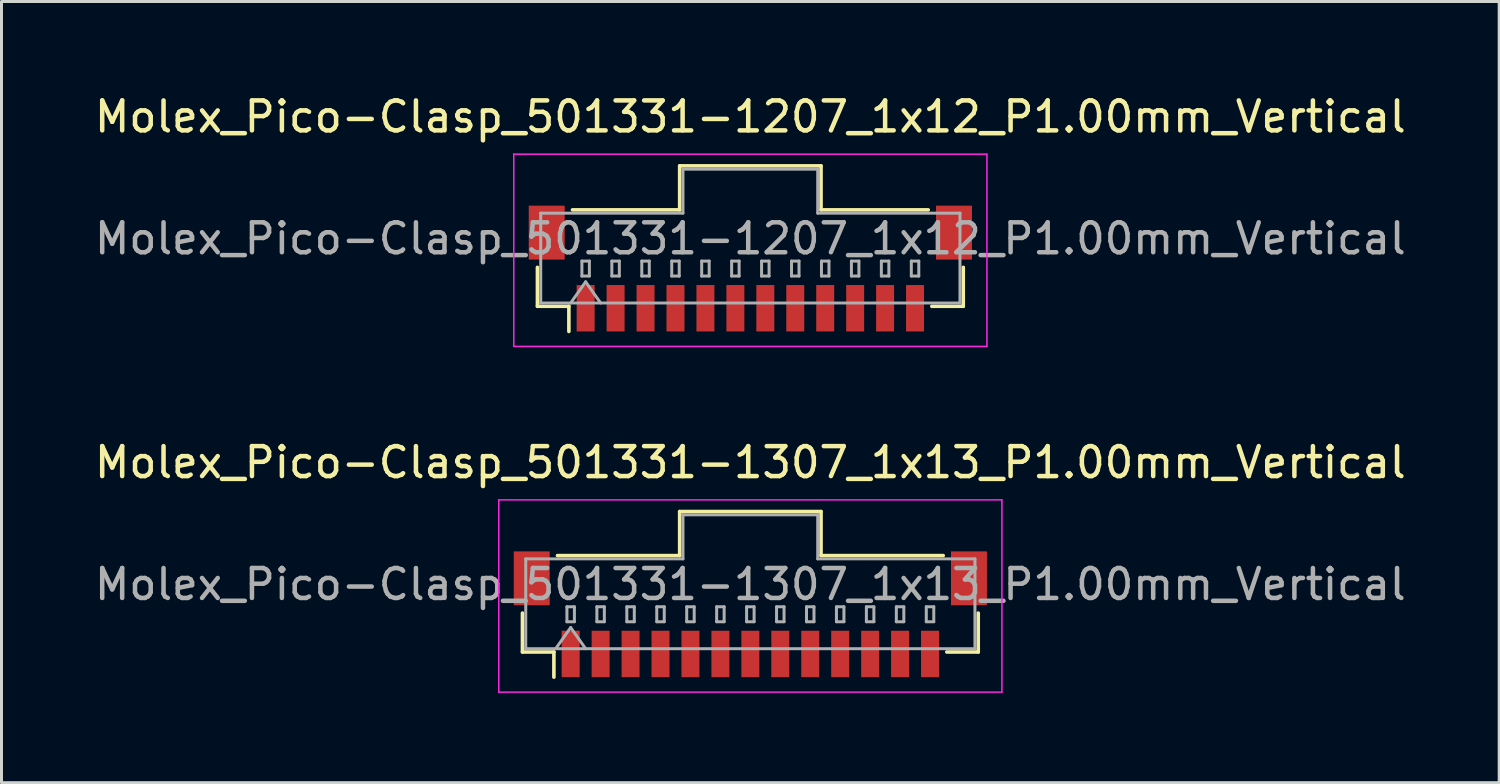
<source format=kicad_pcb>
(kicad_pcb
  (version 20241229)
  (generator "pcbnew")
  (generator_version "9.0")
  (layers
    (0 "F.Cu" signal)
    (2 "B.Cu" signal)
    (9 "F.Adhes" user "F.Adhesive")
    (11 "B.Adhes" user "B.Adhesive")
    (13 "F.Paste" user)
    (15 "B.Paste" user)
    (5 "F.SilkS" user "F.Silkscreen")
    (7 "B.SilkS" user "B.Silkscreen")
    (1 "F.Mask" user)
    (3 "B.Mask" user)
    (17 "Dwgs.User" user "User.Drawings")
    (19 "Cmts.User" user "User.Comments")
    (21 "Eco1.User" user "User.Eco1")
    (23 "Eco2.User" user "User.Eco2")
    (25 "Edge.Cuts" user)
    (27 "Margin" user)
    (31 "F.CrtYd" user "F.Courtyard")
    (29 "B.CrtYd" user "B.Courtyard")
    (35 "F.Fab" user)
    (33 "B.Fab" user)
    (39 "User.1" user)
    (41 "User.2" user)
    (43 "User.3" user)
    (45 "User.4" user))
  (footprint "Molex_Pico-Clasp_501331-1207_1x12_P1.00mm_Vertical"
    (layer "F.Cu")
    (at 22.006 5.918)
    (property "Reference" "Molex_Pico-Clasp_501331-1207_1x12_P1.00mm_Vertical" (at 0 -5.07 0) (layer "F.SilkS") (effects (font (size 1 1) (thickness 0.15))))
    (attr smd)
    (fp_line (start -7.11 -0.04) (end -7.11 1.26) (stroke (width 0.12) (type solid)) (layer "F.SilkS"))
    (fp_line (start -7.11 1.26) (end -6.06 1.26) (stroke (width 0.12) (type solid)) (layer "F.SilkS"))
    (fp_line (start -6.06 1.26) (end -6.06 2.1) (stroke (width 0.12) (type solid)) (layer "F.SilkS"))
    (fp_line (start -5.94 -1.96) (end -2.36 -1.96) (stroke (width 0.12) (type solid)) (layer "F.SilkS"))
    (fp_line (start -2.36 -3.43) (end 2.36 -3.43) (stroke (width 0.12) (type solid)) (layer "F.SilkS"))
    (fp_line (start -2.36 -1.96) (end -2.36 -3.43) (stroke (width 0.12) (type solid)) (layer "F.SilkS"))
    (fp_line (start 2.36 -3.43) (end 2.36 -1.96) (stroke (width 0.12) (type solid)) (layer "F.SilkS"))
    (fp_line (start 2.36 -1.96) (end 5.94 -1.96) (stroke (width 0.12) (type solid)) (layer "F.SilkS"))
    (fp_line (start 7.11 -0.04) (end 7.11 1.26) (stroke (width 0.12) (type solid)) (layer "F.SilkS"))
    (fp_line (start 7.11 1.26) (end 6.06 1.26) (stroke (width 0.12) (type solid)) (layer "F.SilkS"))
    (fp_line (start -7.9 -3.82) (end -7.9 2.6) (stroke (width 0.05) (type solid)) (layer "F.CrtYd"))
    (fp_line (start -7.9 2.6) (end 7.9 2.6) (stroke (width 0.05) (type solid)) (layer "F.CrtYd"))
    (fp_line (start 7.9 -3.82) (end -7.9 -3.82) (stroke (width 0.05) (type solid)) (layer "F.CrtYd"))
    (fp_line (start 7.9 2.6) (end 7.9 -3.82) (stroke (width 0.05) (type solid)) (layer "F.CrtYd"))
    (fp_line (start -7 -1.85) (end -2.25 -1.85) (stroke (width 0.1) (type solid)) (layer "F.Fab"))
    (fp_line (start -7 1.15) (end -7 -1.85) (stroke (width 0.1) (type solid)) (layer "F.Fab"))
    (fp_line (start -7 1.15) (end 7 1.15) (stroke (width 0.1) (type solid)) (layer "F.Fab"))
    (fp_line (start -6 1.15) (end -5.5 0.443) (stroke (width 0.1) (type solid)) (layer "F.Fab"))
    (fp_line (start -5.625 -0.25) (end -5.625 0.25) (stroke (width 0.1) (type solid)) (layer "F.Fab"))
    (fp_line (start -5.625 0.25) (end -5.375 0.25) (stroke (width 0.1) (type solid)) (layer "F.Fab"))
    (fp_line (start -5.5 0.443) (end -5 1.15) (stroke (width 0.1) (type solid)) (layer "F.Fab"))
    (fp_line (start -5.375 -0.25) (end -5.625 -0.25) (stroke (width 0.1) (type solid)) (layer "F.Fab"))
    (fp_line (start -5.375 0.25) (end -5.375 -0.25) (stroke (width 0.1) (type solid)) (layer "F.Fab"))
    (fp_line (start -4.625 -0.25) (end -4.625 0.25) (stroke (width 0.1) (type solid)) (layer "F.Fab"))
    (fp_line (start -4.625 0.25) (end -4.375 0.25) (stroke (width 0.1) (type solid)) (layer "F.Fab"))
    (fp_line (start -4.375 -0.25) (end -4.625 -0.25) (stroke (width 0.1) (type solid)) (layer "F.Fab"))
    (fp_line (start -4.375 0.25) (end -4.375 -0.25) (stroke (width 0.1) (type solid)) (layer "F.Fab"))
    (fp_line (start -3.625 -0.25) (end -3.625 0.25) (stroke (width 0.1) (type solid)) (layer "F.Fab"))
    (fp_line (start -3.625 0.25) (end -3.375 0.25) (stroke (width 0.1) (type solid)) (layer "F.Fab"))
    (fp_line (start -3.375 -0.25) (end -3.625 -0.25) (stroke (width 0.1) (type solid)) (layer "F.Fab"))
    (fp_line (start -3.375 0.25) (end -3.375 -0.25) (stroke (width 0.1) (type solid)) (layer "F.Fab"))
    (fp_line (start -2.625 -0.25) (end -2.625 0.25) (stroke (width 0.1) (type solid)) (layer "F.Fab"))
    (fp_line (start -2.625 0.25) (end -2.375 0.25) (stroke (width 0.1) (type solid)) (layer "F.Fab"))
    (fp_line (start -2.375 -0.25) (end -2.625 -0.25) (stroke (width 0.1) (type solid)) (layer "F.Fab"))
    (fp_line (start -2.375 0.25) (end -2.375 -0.25) (stroke (width 0.1) (type solid)) (layer "F.Fab"))
    (fp_line (start -2.25 -3.32) (end 2.25 -3.32) (stroke (width 0.1) (type solid)) (layer "F.Fab"))
    (fp_line (start -2.25 -1.85) (end -2.25 -3.32) (stroke (width 0.1) (type solid)) (layer "F.Fab"))
    (fp_line (start -1.625 -0.25) (end -1.625 0.25) (stroke (width 0.1) (type solid)) (layer "F.Fab"))
    (fp_line (start -1.625 0.25) (end -1.375 0.25) (stroke (width 0.1) (type solid)) (layer "F.Fab"))
    (fp_line (start -1.375 -0.25) (end -1.625 -0.25) (stroke (width 0.1) (type solid)) (layer "F.Fab"))
    (fp_line (start -1.375 0.25) (end -1.375 -0.25) (stroke (width 0.1) (type solid)) (layer "F.Fab"))
    (fp_line (start -0.625 -0.25) (end -0.625 0.25) (stroke (width 0.1) (type solid)) (layer "F.Fab"))
    (fp_line (start -0.625 0.25) (end -0.375 0.25) (stroke (width 0.1) (type solid)) (layer "F.Fab"))
    (fp_line (start -0.375 -0.25) (end -0.625 -0.25) (stroke (width 0.1) (type solid)) (layer "F.Fab"))
    (fp_line (start -0.375 0.25) (end -0.375 -0.25) (stroke (width 0.1) (type solid)) (layer "F.Fab"))
    (fp_line (start 0.375 -0.25) (end 0.375 0.25) (stroke (width 0.1) (type solid)) (layer "F.Fab"))
    (fp_line (start 0.375 0.25) (end 0.625 0.25) (stroke (width 0.1) (type solid)) (layer "F.Fab"))
    (fp_line (start 0.625 -0.25) (end 0.375 -0.25) (stroke (width 0.1) (type solid)) (layer "F.Fab"))
    (fp_line (start 0.625 0.25) (end 0.625 -0.25) (stroke (width 0.1) (type solid)) (layer "F.Fab"))
    (fp_line (start 1.375 -0.25) (end 1.375 0.25) (stroke (width 0.1) (type solid)) (layer "F.Fab"))
    (fp_line (start 1.375 0.25) (end 1.625 0.25) (stroke (width 0.1) (type solid)) (layer "F.Fab"))
    (fp_line (start 1.625 -0.25) (end 1.375 -0.25) (stroke (width 0.1) (type solid)) (layer "F.Fab"))
    (fp_line (start 1.625 0.25) (end 1.625 -0.25) (stroke (width 0.1) (type solid)) (layer "F.Fab"))
    (fp_line (start 2.25 -3.32) (end 2.25 -1.85) (stroke (width 0.1) (type solid)) (layer "F.Fab"))
    (fp_line (start 2.25 -1.85) (end 7 -1.85) (stroke (width 0.1) (type solid)) (layer "F.Fab"))
    (fp_line (start 2.375 -0.25) (end 2.375 0.25) (stroke (width 0.1) (type solid)) (layer "F.Fab"))
    (fp_line (start 2.375 0.25) (end 2.625 0.25) (stroke (width 0.1) (type solid)) (layer "F.Fab"))
    (fp_line (start 2.625 -0.25) (end 2.375 -0.25) (stroke (width 0.1) (type solid)) (layer "F.Fab"))
    (fp_line (start 2.625 0.25) (end 2.625 -0.25) (stroke (width 0.1) (type solid)) (layer "F.Fab"))
    (fp_line (start 3.375 -0.25) (end 3.375 0.25) (stroke (width 0.1) (type solid)) (layer "F.Fab"))
    (fp_line (start 3.375 0.25) (end 3.625 0.25) (stroke (width 0.1) (type solid)) (layer "F.Fab"))
    (fp_line (start 3.625 -0.25) (end 3.375 -0.25) (stroke (width 0.1) (type solid)) (layer "F.Fab"))
    (fp_line (start 3.625 0.25) (end 3.625 -0.25) (stroke (width 0.1) (type solid)) (layer "F.Fab"))
    (fp_line (start 4.375 -0.25) (end 4.375 0.25) (stroke (width 0.1) (type solid)) (layer "F.Fab"))
    (fp_line (start 4.375 0.25) (end 4.625 0.25) (stroke (width 0.1) (type solid)) (layer "F.Fab"))
    (fp_line (start 4.625 -0.25) (end 4.375 -0.25) (stroke (width 0.1) (type solid)) (layer "F.Fab"))
    (fp_line (start 4.625 0.25) (end 4.625 -0.25) (stroke (width 0.1) (type solid)) (layer "F.Fab"))
    (fp_line (start 5.375 -0.25) (end 5.375 0.25) (stroke (width 0.1) (type solid)) (layer "F.Fab"))
    (fp_line (start 5.375 0.25) (end 5.625 0.25) (stroke (width 0.1) (type solid)) (layer "F.Fab"))
    (fp_line (start 5.625 -0.25) (end 5.375 -0.25) (stroke (width 0.1) (type solid)) (layer "F.Fab"))
    (fp_line (start 5.625 0.25) (end 5.625 -0.25) (stroke (width 0.1) (type solid)) (layer "F.Fab"))
    (fp_line (start 7 1.15) (end 7 -1.85) (stroke (width 0.1) (type solid)) (layer "F.Fab"))
    (fp_text user "${REFERENCE}" (at 0 -1 0) (layer "F.Fab") (effects (font (size 1 1) (thickness 0.15))))
    (pad "" smd rect (at -6.8 -1.2) (size 1.2 1.8) (layers "F.Cu" "F.Mask" "F.Paste"))
    (pad "" smd rect (at 6.8 -1.2) (size 1.2 1.8) (layers "F.Cu" "F.Mask" "F.Paste"))
    (pad "1" smd rect (at -5.5 1.325) (size 0.6 1.55) (layers "F.Cu" "F.Mask" "F.Paste"))
    (pad "2" smd rect (at -4.5 1.325) (size 0.6 1.55) (layers "F.Cu" "F.Mask" "F.Paste"))
    (pad "3" smd rect (at -3.5 1.325) (size 0.6 1.55) (layers "F.Cu" "F.Mask" "F.Paste"))
    (pad "4" smd rect (at -2.5 1.325) (size 0.6 1.55) (layers "F.Cu" "F.Mask" "F.Paste"))
    (pad "5" smd rect (at -1.5 1.325) (size 0.6 1.55) (layers "F.Cu" "F.Mask" "F.Paste"))
    (pad "6" smd rect (at -0.5 1.325) (size 0.6 1.55) (layers "F.Cu" "F.Mask" "F.Paste"))
    (pad "7" smd rect (at 0.5 1.325) (size 0.6 1.55) (layers "F.Cu" "F.Mask" "F.Paste"))
    (pad "8" smd rect (at 1.5 1.325) (size 0.6 1.55) (layers "F.Cu" "F.Mask" "F.Paste"))
    (pad "9" smd rect (at 2.5 1.325) (size 0.6 1.55) (layers "F.Cu" "F.Mask" "F.Paste"))
    (pad "10" smd rect (at 3.5 1.325) (size 0.6 1.55) (layers "F.Cu" "F.Mask" "F.Paste"))
    (pad "11" smd rect (at 4.5 1.325) (size 0.6 1.55) (layers "F.Cu" "F.Mask" "F.Paste"))
    (pad "12" smd rect (at 5.5 1.325) (size 0.6 1.55) (layers "F.Cu" "F.Mask" "F.Paste")))
  (footprint "Molex_Pico-Clasp_501331-1307_1x13_P1.00mm_Vertical"
    (layer "F.Cu")
    (at 22.006 17.462)
    (property "Reference" "Molex_Pico-Clasp_501331-1307_1x13_P1.00mm_Vertical" (at 0 -5.07 0) (layer "F.SilkS") (effects (font (size 1 1) (thickness 0.15))))
    (attr smd)
    (fp_line (start -7.61 -0.04) (end -7.61 1.26) (stroke (width 0.12) (type solid)) (layer "F.SilkS"))
    (fp_line (start -7.61 1.26) (end -6.56 1.26) (stroke (width 0.12) (type solid)) (layer "F.SilkS"))
    (fp_line (start -6.56 1.26) (end -6.56 2.1) (stroke (width 0.12) (type solid)) (layer "F.SilkS"))
    (fp_line (start -6.44 -1.96) (end -2.36 -1.96) (stroke (width 0.12) (type solid)) (layer "F.SilkS"))
    (fp_line (start -2.36 -3.43) (end 2.36 -3.43) (stroke (width 0.12) (type solid)) (layer "F.SilkS"))
    (fp_line (start -2.36 -1.96) (end -2.36 -3.43) (stroke (width 0.12) (type solid)) (layer "F.SilkS"))
    (fp_line (start 2.36 -3.43) (end 2.36 -1.96) (stroke (width 0.12) (type solid)) (layer "F.SilkS"))
    (fp_line (start 2.36 -1.96) (end 6.44 -1.96) (stroke (width 0.12) (type solid)) (layer "F.SilkS"))
    (fp_line (start 7.61 -0.04) (end 7.61 1.26) (stroke (width 0.12) (type solid)) (layer "F.SilkS"))
    (fp_line (start 7.61 1.26) (end 6.56 1.26) (stroke (width 0.12) (type solid)) (layer "F.SilkS"))
    (fp_line (start -8.4 -3.82) (end -8.4 2.6) (stroke (width 0.05) (type solid)) (layer "F.CrtYd"))
    (fp_line (start -8.4 2.6) (end 8.4 2.6) (stroke (width 0.05) (type solid)) (layer "F.CrtYd"))
    (fp_line (start 8.4 -3.82) (end -8.4 -3.82) (stroke (width 0.05) (type solid)) (layer "F.CrtYd"))
    (fp_line (start 8.4 2.6) (end 8.4 -3.82) (stroke (width 0.05) (type solid)) (layer "F.CrtYd"))
    (fp_line (start -7.5 -1.85) (end -2.25 -1.85) (stroke (width 0.1) (type solid)) (layer "F.Fab"))
    (fp_line (start -7.5 1.15) (end -7.5 -1.85) (stroke (width 0.1) (type solid)) (layer "F.Fab"))
    (fp_line (start -7.5 1.15) (end 7.5 1.15) (stroke (width 0.1) (type solid)) (layer "F.Fab"))
    (fp_line (start -6.5 1.15) (end -6 0.443) (stroke (width 0.1) (type solid)) (layer "F.Fab"))
    (fp_line (start -6.125 -0.25) (end -6.125 0.25) (stroke (width 0.1) (type solid)) (layer "F.Fab"))
    (fp_line (start -6.125 0.25) (end -5.875 0.25) (stroke (width 0.1) (type solid)) (layer "F.Fab"))
    (fp_line (start -6 0.443) (end -5.5 1.15) (stroke (width 0.1) (type solid)) (layer "F.Fab"))
    (fp_line (start -5.875 -0.25) (end -6.125 -0.25) (stroke (width 0.1) (type solid)) (layer "F.Fab"))
    (fp_line (start -5.875 0.25) (end -5.875 -0.25) (stroke (width 0.1) (type solid)) (layer "F.Fab"))
    (fp_line (start -5.125 -0.25) (end -5.125 0.25) (stroke (width 0.1) (type solid)) (layer "F.Fab"))
    (fp_line (start -5.125 0.25) (end -4.875 0.25) (stroke (width 0.1) (type solid)) (layer "F.Fab"))
    (fp_line (start -4.875 -0.25) (end -5.125 -0.25) (stroke (width 0.1) (type solid)) (layer "F.Fab"))
    (fp_line (start -4.875 0.25) (end -4.875 -0.25) (stroke (width 0.1) (type solid)) (layer "F.Fab"))
    (fp_line (start -4.125 -0.25) (end -4.125 0.25) (stroke (width 0.1) (type solid)) (layer "F.Fab"))
    (fp_line (start -4.125 0.25) (end -3.875 0.25) (stroke (width 0.1) (type solid)) (layer "F.Fab"))
    (fp_line (start -3.875 -0.25) (end -4.125 -0.25) (stroke (width 0.1) (type solid)) (layer "F.Fab"))
    (fp_line (start -3.875 0.25) (end -3.875 -0.25) (stroke (width 0.1) (type solid)) (layer "F.Fab"))
    (fp_line (start -3.125 -0.25) (end -3.125 0.25) (stroke (width 0.1) (type solid)) (layer "F.Fab"))
    (fp_line (start -3.125 0.25) (end -2.875 0.25) (stroke (width 0.1) (type solid)) (layer "F.Fab"))
    (fp_line (start -2.875 -0.25) (end -3.125 -0.25) (stroke (width 0.1) (type solid)) (layer "F.Fab"))
    (fp_line (start -2.875 0.25) (end -2.875 -0.25) (stroke (width 0.1) (type solid)) (layer "F.Fab"))
    (fp_line (start -2.25 -3.32) (end 2.25 -3.32) (stroke (width 0.1) (type solid)) (layer "F.Fab"))
    (fp_line (start -2.25 -1.85) (end -2.25 -3.32) (stroke (width 0.1) (type solid)) (layer "F.Fab"))
    (fp_line (start -2.125 -0.25) (end -2.125 0.25) (stroke (width 0.1) (type solid)) (layer "F.Fab"))
    (fp_line (start -2.125 0.25) (end -1.875 0.25) (stroke (width 0.1) (type solid)) (layer "F.Fab"))
    (fp_line (start -1.875 -0.25) (end -2.125 -0.25) (stroke (width 0.1) (type solid)) (layer "F.Fab"))
    (fp_line (start -1.875 0.25) (end -1.875 -0.25) (stroke (width 0.1) (type solid)) (layer "F.Fab"))
    (fp_line (start -1.125 -0.25) (end -1.125 0.25) (stroke (width 0.1) (type solid)) (layer "F.Fab"))
    (fp_line (start -1.125 0.25) (end -0.875 0.25) (stroke (width 0.1) (type solid)) (layer "F.Fab"))
    (fp_line (start -0.875 -0.25) (end -1.125 -0.25) (stroke (width 0.1) (type solid)) (layer "F.Fab"))
    (fp_line (start -0.875 0.25) (end -0.875 -0.25) (stroke (width 0.1) (type solid)) (layer "F.Fab"))
    (fp_line (start -0.125 -0.25) (end -0.125 0.25) (stroke (width 0.1) (type solid)) (layer "F.Fab"))
    (fp_line (start -0.125 0.25) (end 0.125 0.25) (stroke (width 0.1) (type solid)) (layer "F.Fab"))
    (fp_line (start 0.125 -0.25) (end -0.125 -0.25) (stroke (width 0.1) (type solid)) (layer "F.Fab"))
    (fp_line (start 0.125 0.25) (end 0.125 -0.25) (stroke (width 0.1) (type solid)) (layer "F.Fab"))
    (fp_line (start 0.875 -0.25) (end 0.875 0.25) (stroke (width 0.1) (type solid)) (layer "F.Fab"))
    (fp_line (start 0.875 0.25) (end 1.125 0.25) (stroke (width 0.1) (type solid)) (layer "F.Fab"))
    (fp_line (start 1.125 -0.25) (end 0.875 -0.25) (stroke (width 0.1) (type solid)) (layer "F.Fab"))
    (fp_line (start 1.125 0.25) (end 1.125 -0.25) (stroke (width 0.1) (type solid)) (layer "F.Fab"))
    (fp_line (start 1.875 -0.25) (end 1.875 0.25) (stroke (width 0.1) (type solid)) (layer "F.Fab"))
    (fp_line (start 1.875 0.25) (end 2.125 0.25) (stroke (width 0.1) (type solid)) (layer "F.Fab"))
    (fp_line (start 2.125 -0.25) (end 1.875 -0.25) (stroke (width 0.1) (type solid)) (layer "F.Fab"))
    (fp_line (start 2.125 0.25) (end 2.125 -0.25) (stroke (width 0.1) (type solid)) (layer "F.Fab"))
    (fp_line (start 2.25 -3.32) (end 2.25 -1.85) (stroke (width 0.1) (type solid)) (layer "F.Fab"))
    (fp_line (start 2.25 -1.85) (end 7.5 -1.85) (stroke (width 0.1) (type solid)) (layer "F.Fab"))
    (fp_line (start 2.875 -0.25) (end 2.875 0.25) (stroke (width 0.1) (type solid)) (layer "F.Fab"))
    (fp_line (start 2.875 0.25) (end 3.125 0.25) (stroke (width 0.1) (type solid)) (layer "F.Fab"))
    (fp_line (start 3.125 -0.25) (end 2.875 -0.25) (stroke (width 0.1) (type solid)) (layer "F.Fab"))
    (fp_line (start 3.125 0.25) (end 3.125 -0.25) (stroke (width 0.1) (type solid)) (layer "F.Fab"))
    (fp_line (start 3.875 -0.25) (end 3.875 0.25) (stroke (width 0.1) (type solid)) (layer "F.Fab"))
    (fp_line (start 3.875 0.25) (end 4.125 0.25) (stroke (width 0.1) (type solid)) (layer "F.Fab"))
    (fp_line (start 4.125 -0.25) (end 3.875 -0.25) (stroke (width 0.1) (type solid)) (layer "F.Fab"))
    (fp_line (start 4.125 0.25) (end 4.125 -0.25) (stroke (width 0.1) (type solid)) (layer "F.Fab"))
    (fp_line (start 4.875 -0.25) (end 4.875 0.25) (stroke (width 0.1) (type solid)) (layer "F.Fab"))
    (fp_line (start 4.875 0.25) (end 5.125 0.25) (stroke (width 0.1) (type solid)) (layer "F.Fab"))
    (fp_line (start 5.125 -0.25) (end 4.875 -0.25) (stroke (width 0.1) (type solid)) (layer "F.Fab"))
    (fp_line (start 5.125 0.25) (end 5.125 -0.25) (stroke (width 0.1) (type solid)) (layer "F.Fab"))
    (fp_line (start 5.875 -0.25) (end 5.875 0.25) (stroke (width 0.1) (type solid)) (layer "F.Fab"))
    (fp_line (start 5.875 0.25) (end 6.125 0.25) (stroke (width 0.1) (type solid)) (layer "F.Fab"))
    (fp_line (start 6.125 -0.25) (end 5.875 -0.25) (stroke (width 0.1) (type solid)) (layer "F.Fab"))
    (fp_line (start 6.125 0.25) (end 6.125 -0.25) (stroke (width 0.1) (type solid)) (layer "F.Fab"))
    (fp_line (start 7.5 1.15) (end 7.5 -1.85) (stroke (width 0.1) (type solid)) (layer "F.Fab"))
    (fp_text user "${REFERENCE}" (at 0 -1 0) (layer "F.Fab") (effects (font (size 1 1) (thickness 0.15))))
    (pad "" smd rect (at -7.3 -1.2) (size 1.2 1.8) (layers "F.Cu" "F.Mask" "F.Paste"))
    (pad "" smd rect (at 7.3 -1.2) (size 1.2 1.8) (layers "F.Cu" "F.Mask" "F.Paste"))
    (pad "1" smd rect (at -6 1.325) (size 0.6 1.55) (layers "F.Cu" "F.Mask" "F.Paste"))
    (pad "2" smd rect (at -5 1.325) (size 0.6 1.55) (layers "F.Cu" "F.Mask" "F.Paste"))
    (pad "3" smd rect (at -4 1.325) (size 0.6 1.55) (layers "F.Cu" "F.Mask" "F.Paste"))
    (pad "4" smd rect (at -3 1.325) (size 0.6 1.55) (layers "F.Cu" "F.Mask" "F.Paste"))
    (pad "5" smd rect (at -2 1.325) (size 0.6 1.55) (layers "F.Cu" "F.Mask" "F.Paste"))
    (pad "6" smd rect (at -1 1.325) (size 0.6 1.55) (layers "F.Cu" "F.Mask" "F.Paste"))
    (pad "7" smd rect (at 0 1.325) (size 0.6 1.55) (layers "F.Cu" "F.Mask" "F.Paste"))
    (pad "8" smd rect (at 1 1.325) (size 0.6 1.55) (layers "F.Cu" "F.Mask" "F.Paste"))
    (pad "9" smd rect (at 2 1.325) (size 0.6 1.55) (layers "F.Cu" "F.Mask" "F.Paste"))
    (pad "10" smd rect (at 3 1.325) (size 0.6 1.55) (layers "F.Cu" "F.Mask" "F.Paste"))
    (pad "11" smd rect (at 4 1.325) (size 0.6 1.55) (layers "F.Cu" "F.Mask" "F.Paste"))
    (pad "12" smd rect (at 5 1.325) (size 0.6 1.55) (layers "F.Cu" "F.Mask" "F.Paste"))
    (pad "13" smd rect (at 6 1.325) (size 0.6 1.55) (layers "F.Cu" "F.Mask" "F.Paste")))
  (gr_rect
    (start -3 -3)
    (end 47.012 23.087)
    (stroke (width 0.1) (type default))
    (fill no)
    (layer "Edge.Cuts")))
</source>
